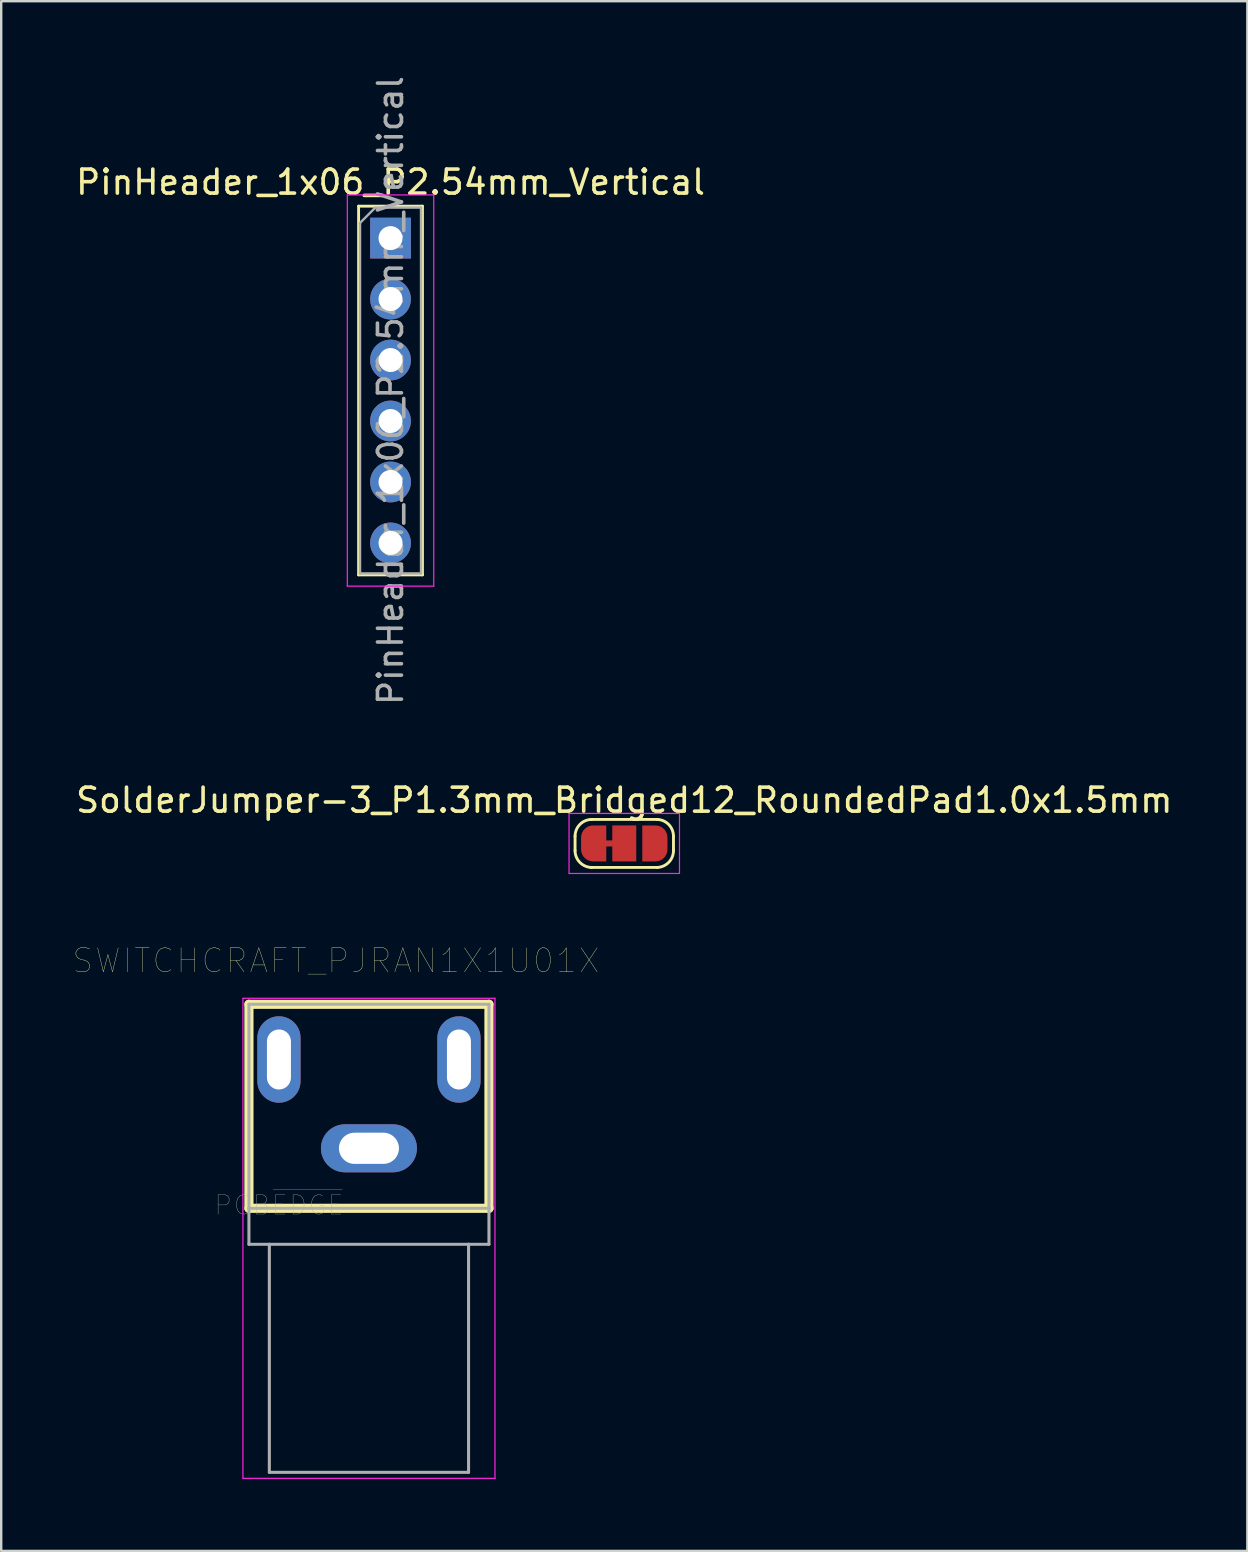
<source format=kicad_pcb>
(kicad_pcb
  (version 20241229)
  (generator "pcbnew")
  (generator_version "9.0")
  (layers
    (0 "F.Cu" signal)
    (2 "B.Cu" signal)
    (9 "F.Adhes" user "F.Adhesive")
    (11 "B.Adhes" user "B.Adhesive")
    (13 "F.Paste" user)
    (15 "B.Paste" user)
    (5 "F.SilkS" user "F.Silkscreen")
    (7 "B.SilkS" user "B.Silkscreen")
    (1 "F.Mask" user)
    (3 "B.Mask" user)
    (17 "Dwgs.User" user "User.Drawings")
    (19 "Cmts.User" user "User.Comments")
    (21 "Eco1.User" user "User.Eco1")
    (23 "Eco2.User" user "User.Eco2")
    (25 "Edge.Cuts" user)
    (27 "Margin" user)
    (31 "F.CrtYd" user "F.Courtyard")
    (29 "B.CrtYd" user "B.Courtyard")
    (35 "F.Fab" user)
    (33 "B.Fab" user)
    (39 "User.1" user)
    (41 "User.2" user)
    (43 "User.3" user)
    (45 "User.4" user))
  (footprint "SWITCHCRAFT_PJRAN1X1U01X"
    (layer "F.Cu")
    (at 12.321 44.79)
    (property "Reference" "SWITCHCRAFT_PJRAN1X1U01X" (at -1.375 -7.815 0) (layer "F.SilkS") (effects (font (size 1 1) (thickness 0.015))))
    (attr through_hole)
    (fp_line (start -5 -6) (end -5 2.5) (stroke (width 0.381) (type solid)) (layer "F.SilkS"))
    (fp_line (start -5 2.5) (end 5 2.5) (stroke (width 0.381) (type solid)) (layer "F.SilkS"))
    (fp_line (start 5 -6) (end -5 -6) (stroke (width 0.381) (type solid)) (layer "F.SilkS"))
    (fp_line (start 5 2.5) (end 5 -6) (stroke (width 0.381) (type solid)) (layer "F.SilkS"))
    (fp_line (start -5.25 -6.25) (end -5.25 13.75) (stroke (width 0.05) (type solid)) (layer "F.CrtYd"))
    (fp_line (start -5.25 13.75) (end 5.25 13.75) (stroke (width 0.05) (type solid)) (layer "F.CrtYd"))
    (fp_line (start 5.25 -6.25) (end -5.25 -6.25) (stroke (width 0.05) (type solid)) (layer "F.CrtYd"))
    (fp_line (start 5.25 13.75) (end 5.25 -6.25) (stroke (width 0.05) (type solid)) (layer "F.CrtYd"))
    (fp_line (start -5 -6) (end -5 2.5) (stroke (width 0.127) (type solid)) (layer "F.Fab"))
    (fp_line (start -5 2.5) (end -5 4) (stroke (width 0.127) (type solid)) (layer "F.Fab"))
    (fp_line (start -5 2.5) (end 5 2.5) (stroke (width 0.127) (type solid)) (layer "F.Fab"))
    (fp_line (start -5 4) (end -4.15 4) (stroke (width 0.127) (type solid)) (layer "F.Fab"))
    (fp_line (start -4.15 4) (end -4.15 13.5) (stroke (width 0.127) (type solid)) (layer "F.Fab"))
    (fp_line (start -4.15 4) (end 4.15 4) (stroke (width 0.127) (type solid)) (layer "F.Fab"))
    (fp_line (start -4.15 13.5) (end 4.15 13.5) (stroke (width 0.127) (type solid)) (layer "F.Fab"))
    (fp_line (start 4.15 4) (end 5 4) (stroke (width 0.127) (type solid)) (layer "F.Fab"))
    (fp_line (start 4.15 13.5) (end 4.15 4) (stroke (width 0.127) (type solid)) (layer "F.Fab"))
    (fp_line (start 5 -6) (end -5 -6) (stroke (width 0.127) (type solid)) (layer "F.Fab"))
    (fp_line (start 5 2.5) (end 5 -6) (stroke (width 0.127) (type solid)) (layer "F.Fab"))
    (fp_line (start 5 4) (end 5 2.5) (stroke (width 0.127) (type solid)) (layer "F.Fab"))
    (fp_text user "PCB~{EDGE}" (at -3.75 2.37 0) (layer "F.Fab") (effects (font (size 0.8 0.8) (thickness 0.015))))
    (pad "1" thru_hole oval (at 0 0) (size 4 2) (drill oval 2.5 1.3) (layers "*.Cu" "*.Mask"))
    (pad "2" thru_hole oval (at -3.75 -3.7) (size 1.8 3.6) (drill oval 1 2.5) (layers "*.Cu" "*.Mask"))
    (pad "3" thru_hole oval (at 3.75 -3.7) (size 1.8 3.6) (drill oval 1 2.5) (layers "*.Cu" "*.Mask")))
  (footprint "PinHeader_1x06_P2.54mm_Vertical"
    (layer "F.Cu")
    (at 13.22 6.87)
    (property "Reference" "PinHeader_1x06_P2.54mm_Vertical" (at 0 -2.33 0) (layer "F.SilkS") (effects (font (size 1 1) (thickness 0.15))))
    (attr through_hole)
    (fp_line (start -1.33 -1.33) (end -1.33 14.03) (stroke (width 0.12) (type solid)) (layer "F.SilkS"))
    (fp_line (start -1.33 -1.33) (end 1.33 -1.33) (stroke (width 0.12) (type solid)) (layer "F.SilkS"))
    (fp_line (start -1.33 14.03) (end 1.33 14.03) (stroke (width 0.12) (type solid)) (layer "F.SilkS"))
    (fp_line (start 1.33 -1.33) (end 1.33 14.03) (stroke (width 0.12) (type solid)) (layer "F.SilkS"))
    (fp_line (start -1.8 -1.8) (end -1.8 14.5) (stroke (width 0.05) (type solid)) (layer "F.CrtYd"))
    (fp_line (start -1.8 14.5) (end 1.8 14.5) (stroke (width 0.05) (type solid)) (layer "F.CrtYd"))
    (fp_line (start 1.8 -1.8) (end -1.8 -1.8) (stroke (width 0.05) (type solid)) (layer "F.CrtYd"))
    (fp_line (start 1.8 14.5) (end 1.8 -1.8) (stroke (width 0.05) (type solid)) (layer "F.CrtYd"))
    (fp_line (start -1.27 -0.635) (end -0.635 -1.27) (stroke (width 0.1) (type solid)) (layer "F.Fab"))
    (fp_line (start -1.27 13.97) (end -1.27 -0.635) (stroke (width 0.1) (type solid)) (layer "F.Fab"))
    (fp_line (start -0.635 -1.27) (end 1.27 -1.27) (stroke (width 0.1) (type solid)) (layer "F.Fab"))
    (fp_line (start 1.27 -1.27) (end 1.27 13.97) (stroke (width 0.1) (type solid)) (layer "F.Fab"))
    (fp_line (start 1.27 13.97) (end -1.27 13.97) (stroke (width 0.1) (type solid)) (layer "F.Fab"))
    (fp_text user "${REFERENCE}" (at 0 6.35 90) (layer "F.Fab") (effects (font (size 1 1) (thickness 0.15))))
    (pad "1" thru_hole rect (at 0 0) (size 1.7 1.7) (drill 1) (layers "*.Cu" "*.Mask"))
    (pad "2" thru_hole oval (at 0 2.54) (size 1.7 1.7) (drill 1) (layers "*.Cu" "*.Mask"))
    (pad "3" thru_hole oval (at 0 5.08) (size 1.7 1.7) (drill 1) (layers "*.Cu" "*.Mask"))
    (pad "4" thru_hole oval (at 0 7.62) (size 1.7 1.7) (drill 1) (layers "*.Cu" "*.Mask"))
    (pad "5" thru_hole oval (at 0 10.16) (size 1.7 1.7) (drill 1) (layers "*.Cu" "*.Mask"))
    (pad "6" thru_hole oval (at 0 12.7) (size 1.7 1.7) (drill 1) (layers "*.Cu" "*.Mask")))
  (footprint "SolderJumper-3_P1.3mm_Bridged12_RoundedPad1.0x1.5mm"
    (layer "F.Cu")
    (at 22.958 32.089)
    (property "Reference" "SolderJumper-3_P1.3mm_Bridged12_RoundedPad1.0x1.5mm" (at 0 -1.8 0) (layer "F.SilkS") (effects (font (size 1 1) (thickness 0.15))))
    (attr exclude_from_pos_files exclude_from_bom)
    (fp_line (start -2.05 0.3) (end -2.05 -0.3) (stroke (width 0.12) (type solid)) (layer "F.SilkS"))
    (fp_line (start -1.4 -1) (end 1.4 -1) (stroke (width 0.12) (type solid)) (layer "F.SilkS"))
    (fp_line (start 1.4 1) (end -1.4 1) (stroke (width 0.12) (type solid)) (layer "F.SilkS"))
    (fp_line (start 2.05 -0.3) (end 2.05 0.3) (stroke (width 0.12) (type solid)) (layer "F.SilkS"))
    (fp_arc (start -2.05 -0.3) (mid -1.844975 -0.794975) (end -1.35 -1) (stroke (width 0.12) (type solid)) (layer "F.SilkS"))
    (fp_arc (start -1.35 1) (mid -1.844975 0.794975) (end -2.05 0.3) (stroke (width 0.12) (type solid)) (layer "F.SilkS"))
    (fp_arc (start 1.35 -1) (mid 1.844975 -0.794975) (end 2.05 -0.3) (stroke (width 0.12) (type solid)) (layer "F.SilkS"))
    (fp_arc (start 2.05 0.3) (mid 1.844975 0.794975) (end 1.35 1) (stroke (width 0.12) (type solid)) (layer "F.SilkS"))
    (fp_line (start -2.3 -1.25) (end -2.3 1.25) (stroke (width 0.05) (type solid)) (layer "F.CrtYd"))
    (fp_line (start -2.3 -1.25) (end 2.3 -1.25) (stroke (width 0.05) (type solid)) (layer "F.CrtYd"))
    (fp_line (start 2.3 1.25) (end -2.3 1.25) (stroke (width 0.05) (type solid)) (layer "F.CrtYd"))
    (fp_line (start 2.3 1.25) (end 2.3 -1.25) (stroke (width 0.05) (type solid)) (layer "F.CrtYd"))
    (pad "1" smd custom (at -1.3 0) (size 1 0.5) (layers "F.Cu" "F.Mask") (options (anchor rect)) (primitives (gr_poly (pts (xy 0.55 -0.75) (xy 0 -0.75) (xy 0 0.75) (xy 0.55 0.75)) (width 0) (fill yes)) (gr_circle (center 0 0.25) (end 0.5 0.25) (width 0) (fill yes)) (gr_poly (pts (xy 0.411 -0.127) (xy 0.919 -0.127) (xy 0.919 0.127) (xy 0.411 0.127)) (width 0) (fill yes)) (gr_circle (center 0 -0.25) (end 0.5 -0.25) (width 0) (fill yes))))
    (pad "2" smd rect (at 0 0) (size 1 1.5) (layers "F.Cu" "F.Mask"))
    (pad "3" smd custom (at 1.3 0) (size 1 0.5) (layers "F.Cu" "F.Mask") (options (anchor rect)) (primitives (gr_circle (center 0 0.25) (end 0.5 0.25) (width 0) (fill yes)) (gr_circle (center 0 -0.25) (end 0.5 -0.25) (width 0) (fill yes)) (gr_poly (pts (xy -0.55 -0.75) (xy 0 -0.75) (xy 0 0.75) (xy -0.55 0.75)) (width 0) (fill yes)))))
  (gr_rect
    (start -3 -3)
    (end 48.917 61.565)
    (stroke (width 0.1) (type default))
    (fill no)
    (layer "Edge.Cuts")))
</source>
